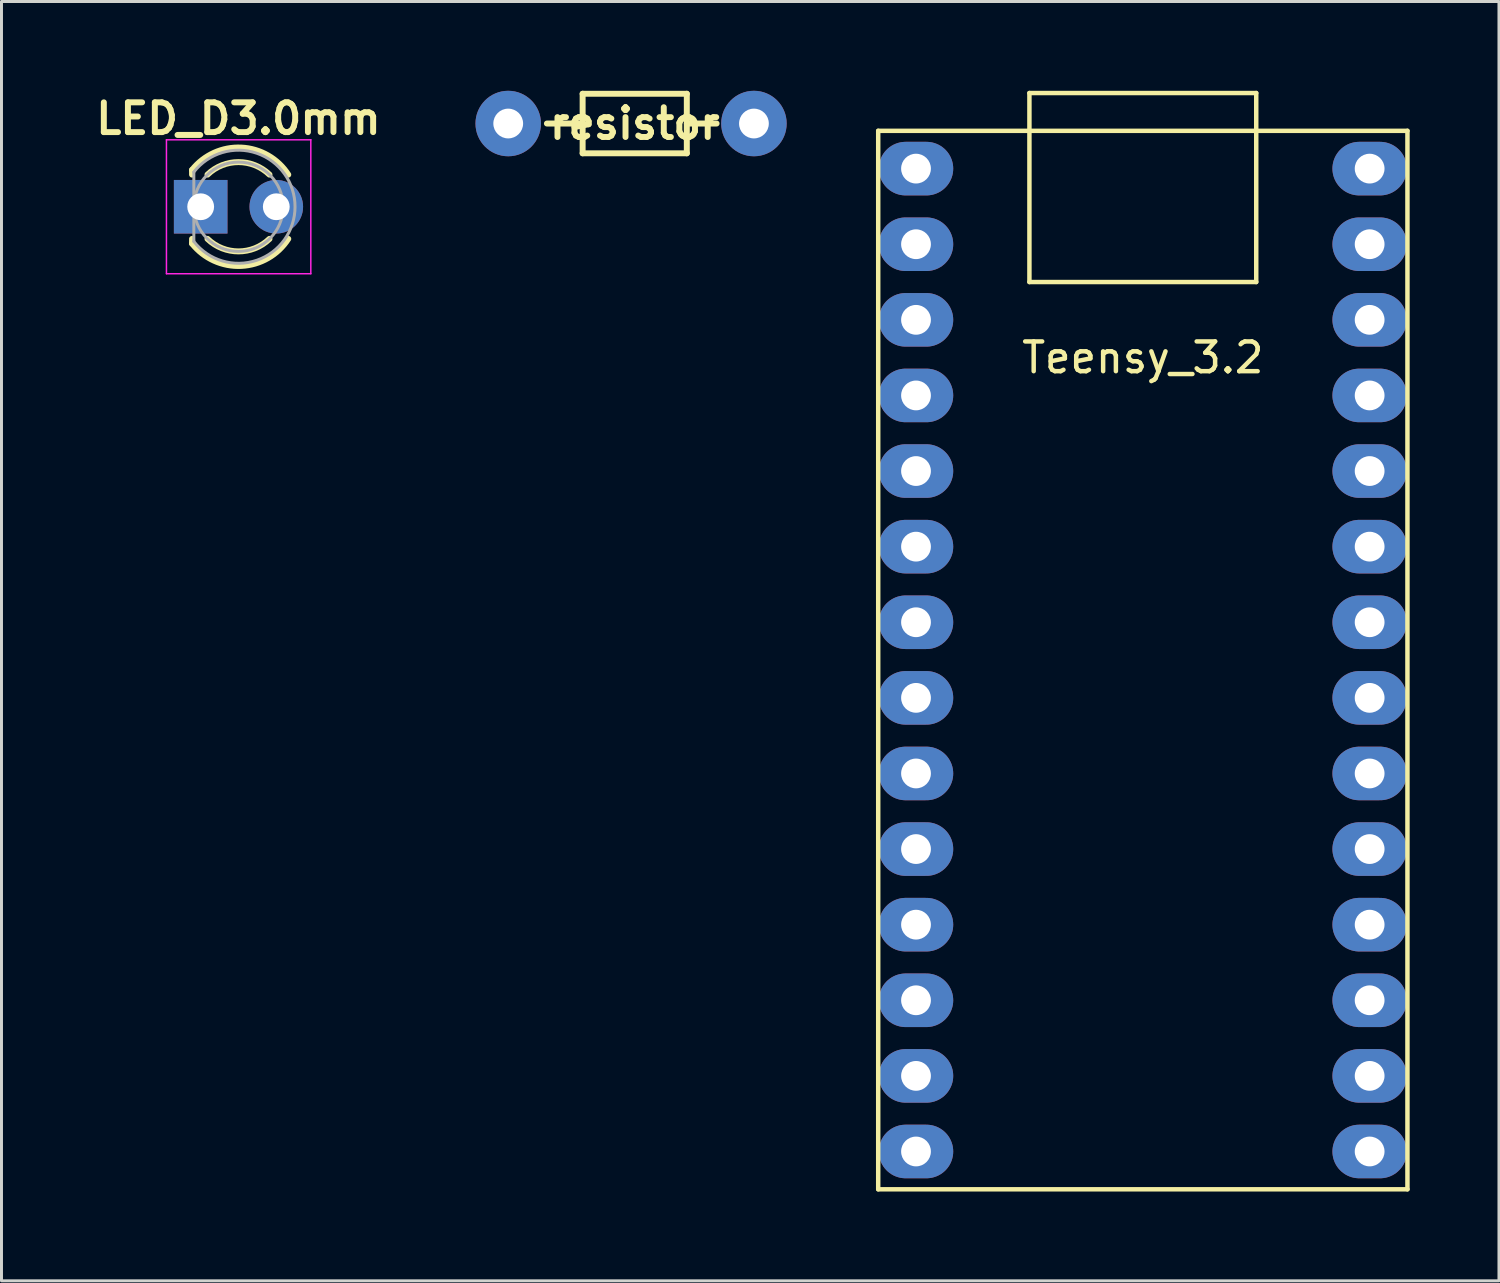
<source format=kicad_pcb>
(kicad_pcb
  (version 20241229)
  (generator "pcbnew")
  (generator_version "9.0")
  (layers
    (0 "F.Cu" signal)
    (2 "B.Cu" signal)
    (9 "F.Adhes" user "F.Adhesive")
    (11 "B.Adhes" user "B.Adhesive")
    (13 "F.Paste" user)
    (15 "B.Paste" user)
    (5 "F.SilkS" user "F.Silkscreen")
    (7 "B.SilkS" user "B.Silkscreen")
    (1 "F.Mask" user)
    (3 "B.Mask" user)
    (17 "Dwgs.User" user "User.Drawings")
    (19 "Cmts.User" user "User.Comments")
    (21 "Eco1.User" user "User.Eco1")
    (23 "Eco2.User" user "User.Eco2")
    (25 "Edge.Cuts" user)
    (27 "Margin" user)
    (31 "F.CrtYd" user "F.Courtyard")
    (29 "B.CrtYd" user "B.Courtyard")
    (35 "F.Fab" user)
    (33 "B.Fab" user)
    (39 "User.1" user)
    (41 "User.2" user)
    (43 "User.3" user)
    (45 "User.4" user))
  (footprint "Teensy_3.2"
    (layer "F.Cu")
    (at 35.344 20.395)
    (property "Reference" "Teensy_3.2" (at 0 -11.43 0) (layer "F.SilkS") (effects (font (size 1 1) (thickness 0.15))))
    (attr through_hole)
    (fp_line (start -8.89 -19.05) (end -8.89 16.51) (stroke (width 0.15) (type solid)) (layer "F.SilkS"))
    (fp_line (start -8.89 16.51) (end 8.89 16.51) (stroke (width 0.15) (type solid)) (layer "F.SilkS"))
    (fp_line (start -3.81 -20.32) (end 3.81 -20.32) (stroke (width 0.15) (type solid)) (layer "F.SilkS"))
    (fp_line (start -3.81 -19.05) (end -3.81 -20.32) (stroke (width 0.15) (type solid)) (layer "F.SilkS"))
    (fp_line (start -3.81 -13.97) (end -3.81 -19.05) (stroke (width 0.15) (type solid)) (layer "F.SilkS"))
    (fp_line (start 3.81 -20.32) (end 3.81 -13.97) (stroke (width 0.15) (type solid)) (layer "F.SilkS"))
    (fp_line (start 3.81 -13.97) (end -3.81 -13.97) (stroke (width 0.15) (type solid)) (layer "F.SilkS"))
    (fp_line (start 8.89 -19.05) (end -8.89 -19.05) (stroke (width 0.15) (type solid)) (layer "F.SilkS"))
    (fp_line (start 8.89 16.51) (end 8.89 -19.05) (stroke (width 0.15) (type solid)) (layer "F.SilkS"))
    (pad "-1" thru_hole oval (at -7.62 -17.78) (size 2.5 1.8) (drill 1) (layers "*.Cu" "*.Mask"))
    (pad "0" thru_hole oval (at -7.62 -15.24) (size 2.5 1.8) (drill 1) (layers "*.Cu" "*.Mask"))
    (pad "1" thru_hole oval (at -7.62 -12.7) (size 2.5 1.8) (drill 1) (layers "*.Cu" "*.Mask"))
    (pad "2" thru_hole oval (at -7.62 -10.16) (size 2.5 1.8) (drill 1) (layers "*.Cu" "*.Mask"))
    (pad "3" thru_hole oval (at -7.62 -7.62) (size 2.5 1.8) (drill 1) (layers "*.Cu" "*.Mask"))
    (pad "4" thru_hole oval (at -7.62 -5.08) (size 2.5 1.8) (drill 1) (layers "*.Cu" "*.Mask"))
    (pad "5" thru_hole oval (at -7.62 -2.54) (size 2.5 1.8) (drill 1) (layers "*.Cu" "*.Mask"))
    (pad "6" thru_hole oval (at -7.62 0) (size 2.5 1.8) (drill 1) (layers "*.Cu" "*.Mask"))
    (pad "7" thru_hole oval (at -7.62 2.54) (size 2.5 1.8) (drill 1) (layers "*.Cu" "*.Mask"))
    (pad "8" thru_hole oval (at -7.62 5.08) (size 2.5 1.8) (drill 1) (layers "*.Cu" "*.Mask"))
    (pad "9" thru_hole oval (at -7.62 7.62) (size 2.5 1.8) (drill 1) (layers "*.Cu" "*.Mask"))
    (pad "10" thru_hole oval (at -7.62 10.16) (size 2.5 1.8) (drill 1) (layers "*.Cu" "*.Mask"))
    (pad "11" thru_hole oval (at -7.62 12.7) (size 2.5 1.8) (drill 1) (layers "*.Cu" "*.Mask"))
    (pad "12" thru_hole oval (at -7.62 15.24) (size 2.5 1.8) (drill 1) (layers "*.Cu" "*.Mask"))
    (pad "18" thru_hole oval (at 7.62 15.24) (size 2.5 1.8) (drill 1) (layers "*.Cu" "*.Mask"))
    (pad "19" thru_hole oval (at 7.62 12.7) (size 2.5 1.8) (drill 1) (layers "*.Cu" "*.Mask"))
    (pad "20" thru_hole oval (at 7.62 10.16) (size 2.5 1.8) (drill 1) (layers "*.Cu" "*.Mask"))
    (pad "21" thru_hole oval (at 7.62 7.62) (size 2.5 1.8) (drill 1) (layers "*.Cu" "*.Mask"))
    (pad "22" thru_hole oval (at 7.62 5.08) (size 2.5 1.8) (drill 1) (layers "*.Cu" "*.Mask"))
    (pad "23" thru_hole oval (at 7.62 2.54) (size 2.5 1.8) (drill 1) (layers "*.Cu" "*.Mask"))
    (pad "24" thru_hole oval (at 7.62 0) (size 2.5 1.8) (drill 1) (layers "*.Cu" "*.Mask"))
    (pad "25" thru_hole oval (at 7.62 -2.54) (size 2.5 1.8) (drill 1) (layers "*.Cu" "*.Mask"))
    (pad "26" thru_hole oval (at 7.62 -5.08) (size 2.5 1.8) (drill 1) (layers "*.Cu" "*.Mask"))
    (pad "27" thru_hole oval (at 7.62 -7.62) (size 2.5 1.8) (drill 1) (layers "*.Cu" "*.Mask"))
    (pad "28" thru_hole oval (at 7.62 -10.16) (size 2.5 1.8) (drill 1) (layers "*.Cu" "*.Mask"))
    (pad "29" thru_hole oval (at 7.62 -12.7) (size 2.5 1.8) (drill 1) (layers "*.Cu" "*.Mask"))
    (pad "30" thru_hole oval (at 7.62 -15.24) (size 2.5 1.8) (drill 1) (layers "*.Cu" "*.Mask"))
    (pad "31" thru_hole oval (at 7.62 -17.78) (size 2.5 1.8) (drill 1) (layers "*.Cu" "*.Mask")))
  (footprint "resistor"
    (layer "F.Cu")
    (at 14.024 1.1)
    (property "Reference" "resistor" (at 4.25 0 0) (layer "F.SilkS") (effects (font (size 1 1) (thickness 0.2))))
    (attr through_hole)
    (fp_line (start 1.3 0) (end 2.5 0) (stroke (width 0.2) (type solid)) (layer "F.SilkS"))
    (fp_line (start 2.5 -1) (end 6 -1) (stroke (width 0.2) (type solid)) (layer "F.SilkS"))
    (fp_line (start 2.5 0) (end 2.5 -1) (stroke (width 0.2) (type solid)) (layer "F.SilkS"))
    (fp_line (start 2.5 1) (end 2.5 0) (stroke (width 0.2) (type solid)) (layer "F.SilkS"))
    (fp_line (start 6 -1) (end 6 1) (stroke (width 0.2) (type solid)) (layer "F.SilkS"))
    (fp_line (start 6 0) (end 7 0) (stroke (width 0.2) (type solid)) (layer "F.SilkS"))
    (fp_line (start 6 1) (end 2.5 1) (stroke (width 0.2) (type solid)) (layer "F.SilkS"))
    (pad "1" thru_hole circle (at 0 0) (size 2.2 2.2) (drill 1) (layers "*.Cu" "*.Mask"))
    (pad "2" thru_hole circle (at 8.255 0) (size 2.2 2.2) (drill 1) (layers "*.Cu" "*.Mask")))
  (footprint "LED_D3.0mm"
    (layer "F.Cu")
    (at 3.692 3.896)
    (property "Reference" "LED_D3.0mm" (at 1.27 -2.96 0) (layer "F.SilkS") (effects (font (size 1 1) (thickness 0.2))))
    (attr through_hole)
    (fp_line (start -0.29 -1.236) (end -0.29 -1.08) (stroke (width 0.2) (type solid)) (layer "F.SilkS"))
    (fp_line (start -0.29 1.08) (end -0.29 1.236) (stroke (width 0.2) (type solid)) (layer "F.SilkS"))
    (fp_arc (start -0.29 -1.235516) (mid 1.366487 -1.987659) (end 2.942335 -1.078608) (stroke (width 0.2) (type solid)) (layer "F.SilkS"))
    (fp_arc (start 0.229039 -1.08) (mid 1.270117 -1.5) (end 2.31113 -1.079837) (stroke (width 0.2) (type solid)) (layer "F.SilkS"))
    (fp_arc (start 2.31113 1.079837) (mid 1.270117 1.5) (end 0.229039 1.08) (stroke (width 0.2) (type solid)) (layer "F.SilkS"))
    (fp_arc (start 2.942335 1.078608) (mid 1.366487 1.987659) (end -0.29 1.235516) (stroke (width 0.2) (type solid)) (layer "F.SilkS"))
    (fp_line (start -1.15 -2.25) (end -1.15 2.25) (stroke (width 0.05) (type solid)) (layer "F.CrtYd"))
    (fp_line (start -1.15 2.25) (end 3.7 2.25) (stroke (width 0.05) (type solid)) (layer "F.CrtYd"))
    (fp_line (start 3.7 -2.25) (end -1.15 -2.25) (stroke (width 0.05) (type solid)) (layer "F.CrtYd"))
    (fp_line (start 3.7 2.25) (end 3.7 -2.25) (stroke (width 0.05) (type solid)) (layer "F.CrtYd"))
    (fp_line (start -0.23 -1.166) (end -0.23 1.166) (stroke (width 0.1) (type solid)) (layer "F.Fab"))
    (fp_arc (start -0.23 -1.16619) (mid 3.17 0.000452) (end -0.230555 1.165476) (stroke (width 0.1) (type solid)) (layer "F.Fab"))
    (fp_circle (center 1.27 0) (end 2.77 0) (stroke (width 0.1) (type solid)) (fill no) (layer "F.Fab"))
    (pad "1" thru_hole rect (at 0 0) (size 1.8 1.8) (drill 0.9) (layers "*.Cu" "*.Mask"))
    (pad "2" thru_hole circle (at 2.54 0) (size 1.8 1.8) (drill 0.9) (layers "*.Cu" "*.Mask")))
  (gr_rect
    (start -3 -3)
    (end 47.309 39.98)
    (stroke (width 0.1) (type default))
    (fill no)
    (layer "Edge.Cuts")))
</source>
